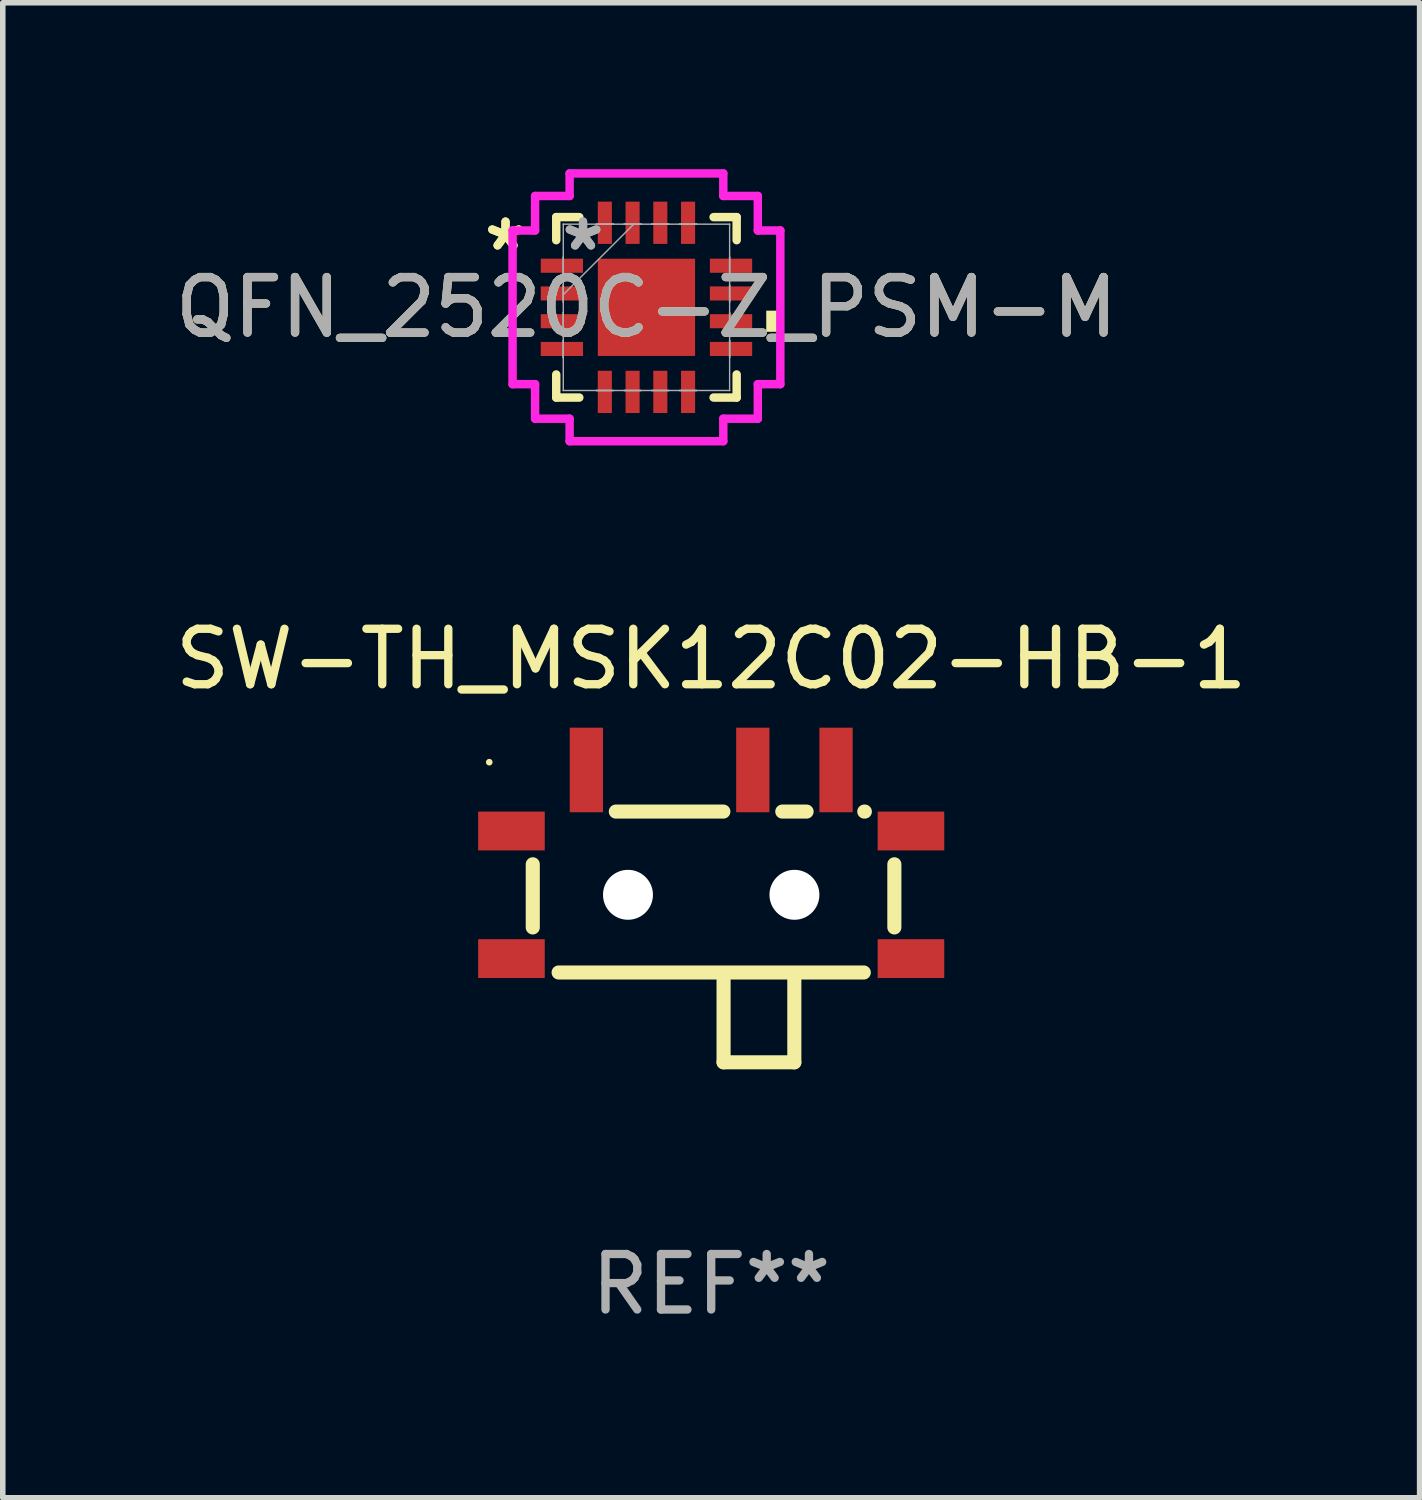
<source format=kicad_pcb>
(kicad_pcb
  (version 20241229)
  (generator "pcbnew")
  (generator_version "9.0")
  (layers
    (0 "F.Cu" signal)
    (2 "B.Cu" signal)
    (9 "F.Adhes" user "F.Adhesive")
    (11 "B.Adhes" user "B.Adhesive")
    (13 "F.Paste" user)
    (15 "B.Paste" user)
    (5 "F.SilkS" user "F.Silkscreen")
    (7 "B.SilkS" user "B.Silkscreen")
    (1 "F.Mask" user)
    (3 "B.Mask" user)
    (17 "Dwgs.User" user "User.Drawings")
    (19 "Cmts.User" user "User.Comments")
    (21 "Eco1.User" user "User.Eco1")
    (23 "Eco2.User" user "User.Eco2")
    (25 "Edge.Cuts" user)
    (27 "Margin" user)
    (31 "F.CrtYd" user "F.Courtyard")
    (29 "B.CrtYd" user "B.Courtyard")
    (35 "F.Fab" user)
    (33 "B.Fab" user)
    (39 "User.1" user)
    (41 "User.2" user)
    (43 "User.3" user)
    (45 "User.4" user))
  (footprint "QFN_2520C-Z_PSM-M"
    (layer "F.Cu")
    (at 8.601 2.489)
    (property "Reference" "QFN_2520C-Z_PSM-M" (at 0 0 0) (unlocked yes) (layer "F.SilkS") (effects (font (size 1 1) (thickness 0.15))))
    (attr smd)
    (fp_line (start -1.626 -1.626) (end -1.626 -1.21) (stroke (width 0.152) (type solid)) (layer "F.SilkS"))
    (fp_line (start -1.626 1.21) (end -1.626 1.626) (stroke (width 0.152) (type solid)) (layer "F.SilkS"))
    (fp_line (start -1.626 1.626) (end -1.21 1.626) (stroke (width 0.152) (type solid)) (layer "F.SilkS"))
    (fp_line (start -1.21 -1.626) (end -1.626 -1.626) (stroke (width 0.152) (type solid)) (layer "F.SilkS"))
    (fp_line (start 1.21 1.626) (end 1.626 1.626) (stroke (width 0.152) (type solid)) (layer "F.SilkS"))
    (fp_line (start 1.626 -1.626) (end 1.21 -1.626) (stroke (width 0.152) (type solid)) (layer "F.SilkS"))
    (fp_line (start 1.626 -1.21) (end 1.626 -1.626) (stroke (width 0.152) (type solid)) (layer "F.SilkS"))
    (fp_line (start 1.626 1.626) (end 1.626 1.21) (stroke (width 0.152) (type solid)) (layer "F.SilkS"))
    (fp_poly (pts (xy 2.413 0.06) (xy 2.413 0.441) (xy 2.159 0.441) (xy 2.159 0.06)) (stroke (width 0) (type solid)) (fill yes) (layer "F.SilkS"))
    (fp_line (start -2.413 -1.385) (end -2.007 -1.385) (stroke (width 0.152) (type solid)) (layer "F.CrtYd"))
    (fp_line (start -2.413 1.385) (end -2.413 -1.385) (stroke (width 0.152) (type solid)) (layer "F.CrtYd"))
    (fp_line (start -2.007 -2.007) (end -1.385 -2.007) (stroke (width 0.152) (type solid)) (layer "F.CrtYd"))
    (fp_line (start -2.007 -1.385) (end -2.007 -2.007) (stroke (width 0.152) (type solid)) (layer "F.CrtYd"))
    (fp_line (start -2.007 1.385) (end -2.413 1.385) (stroke (width 0.152) (type solid)) (layer "F.CrtYd"))
    (fp_line (start -2.007 2.007) (end -2.007 1.385) (stroke (width 0.152) (type solid)) (layer "F.CrtYd"))
    (fp_line (start -1.385 -2.413) (end 1.385 -2.413) (stroke (width 0.152) (type solid)) (layer "F.CrtYd"))
    (fp_line (start -1.385 -2.007) (end -1.385 -2.413) (stroke (width 0.152) (type solid)) (layer "F.CrtYd"))
    (fp_line (start -1.385 2.007) (end -2.007 2.007) (stroke (width 0.152) (type solid)) (layer "F.CrtYd"))
    (fp_line (start -1.385 2.413) (end -1.385 2.007) (stroke (width 0.152) (type solid)) (layer "F.CrtYd"))
    (fp_line (start 1.385 -2.413) (end 1.385 -2.007) (stroke (width 0.152) (type solid)) (layer "F.CrtYd"))
    (fp_line (start 1.385 -2.007) (end 2.007 -2.007) (stroke (width 0.152) (type solid)) (layer "F.CrtYd"))
    (fp_line (start 1.385 2.007) (end 1.385 2.413) (stroke (width 0.152) (type solid)) (layer "F.CrtYd"))
    (fp_line (start 1.385 2.413) (end -1.385 2.413) (stroke (width 0.152) (type solid)) (layer "F.CrtYd"))
    (fp_line (start 2.007 -2.007) (end 2.007 -1.385) (stroke (width 0.152) (type solid)) (layer "F.CrtYd"))
    (fp_line (start 2.007 -1.385) (end 2.413 -1.385) (stroke (width 0.152) (type solid)) (layer "F.CrtYd"))
    (fp_line (start 2.007 1.385) (end 2.007 2.007) (stroke (width 0.152) (type solid)) (layer "F.CrtYd"))
    (fp_line (start 2.007 2.007) (end 1.385 2.007) (stroke (width 0.152) (type solid)) (layer "F.CrtYd"))
    (fp_line (start 2.413 -1.385) (end 2.413 1.385) (stroke (width 0.152) (type solid)) (layer "F.CrtYd"))
    (fp_line (start 2.413 1.385) (end 2.007 1.385) (stroke (width 0.152) (type solid)) (layer "F.CrtYd"))
    (fp_line (start -1.499 -1.499) (end -1.499 -1.499) (stroke (width 0.025) (type solid)) (layer "F.Fab"))
    (fp_line (start -1.499 -1.499) (end -1.499 1.499) (stroke (width 0.025) (type solid)) (layer "F.Fab"))
    (fp_line (start -1.499 -0.903) (end -1.499 -0.903) (stroke (width 0.025) (type solid)) (layer "F.Fab"))
    (fp_line (start -1.499 -0.903) (end -1.499 -0.598) (stroke (width 0.025) (type solid)) (layer "F.Fab"))
    (fp_line (start -1.499 -0.598) (end -1.499 -0.903) (stroke (width 0.025) (type solid)) (layer "F.Fab"))
    (fp_line (start -1.499 -0.598) (end -1.499 -0.598) (stroke (width 0.025) (type solid)) (layer "F.Fab"))
    (fp_line (start -1.499 -0.402) (end -1.499 -0.402) (stroke (width 0.025) (type solid)) (layer "F.Fab"))
    (fp_line (start -1.499 -0.402) (end -1.499 -0.098) (stroke (width 0.025) (type solid)) (layer "F.Fab"))
    (fp_line (start -1.499 -0.229) (end -0.229 -1.499) (stroke (width 0.025) (type solid)) (layer "F.Fab"))
    (fp_line (start -1.499 -0.098) (end -1.499 -0.402) (stroke (width 0.025) (type solid)) (layer "F.Fab"))
    (fp_line (start -1.499 -0.098) (end -1.499 -0.098) (stroke (width 0.025) (type solid)) (layer "F.Fab"))
    (fp_line (start -1.499 0.098) (end -1.499 0.098) (stroke (width 0.025) (type solid)) (layer "F.Fab"))
    (fp_line (start -1.499 0.098) (end -1.499 0.402) (stroke (width 0.025) (type solid)) (layer "F.Fab"))
    (fp_line (start -1.499 0.402) (end -1.499 0.098) (stroke (width 0.025) (type solid)) (layer "F.Fab"))
    (fp_line (start -1.499 0.402) (end -1.499 0.402) (stroke (width 0.025) (type solid)) (layer "F.Fab"))
    (fp_line (start -1.499 0.598) (end -1.499 0.598) (stroke (width 0.025) (type solid)) (layer "F.Fab"))
    (fp_line (start -1.499 0.598) (end -1.499 0.903) (stroke (width 0.025) (type solid)) (layer "F.Fab"))
    (fp_line (start -1.499 0.903) (end -1.499 0.598) (stroke (width 0.025) (type solid)) (layer "F.Fab"))
    (fp_line (start -1.499 0.903) (end -1.499 0.903) (stroke (width 0.025) (type solid)) (layer "F.Fab"))
    (fp_line (start -1.499 1.499) (end -1.499 1.499) (stroke (width 0.025) (type solid)) (layer "F.Fab"))
    (fp_line (start -1.499 1.499) (end 1.499 1.499) (stroke (width 0.025) (type solid)) (layer "F.Fab"))
    (fp_line (start -0.903 -1.499) (end -0.903 -1.499) (stroke (width 0.025) (type solid)) (layer "F.Fab"))
    (fp_line (start -0.903 -1.499) (end -0.598 -1.499) (stroke (width 0.025) (type solid)) (layer "F.Fab"))
    (fp_line (start -0.903 1.499) (end -0.903 1.499) (stroke (width 0.025) (type solid)) (layer "F.Fab"))
    (fp_line (start -0.903 1.499) (end -0.598 1.499) (stroke (width 0.025) (type solid)) (layer "F.Fab"))
    (fp_line (start -0.598 -1.499) (end -0.903 -1.499) (stroke (width 0.025) (type solid)) (layer "F.Fab"))
    (fp_line (start -0.598 -1.499) (end -0.598 -1.499) (stroke (width 0.025) (type solid)) (layer "F.Fab"))
    (fp_line (start -0.598 1.499) (end -0.903 1.499) (stroke (width 0.025) (type solid)) (layer "F.Fab"))
    (fp_line (start -0.598 1.499) (end -0.598 1.499) (stroke (width 0.025) (type solid)) (layer "F.Fab"))
    (fp_line (start -0.402 -1.499) (end -0.402 -1.499) (stroke (width 0.025) (type solid)) (layer "F.Fab"))
    (fp_line (start -0.402 -1.499) (end -0.098 -1.499) (stroke (width 0.025) (type solid)) (layer "F.Fab"))
    (fp_line (start -0.402 1.499) (end -0.402 1.499) (stroke (width 0.025) (type solid)) (layer "F.Fab"))
    (fp_line (start -0.402 1.499) (end -0.098 1.499) (stroke (width 0.025) (type solid)) (layer "F.Fab"))
    (fp_line (start -0.098 -1.499) (end -0.402 -1.499) (stroke (width 0.025) (type solid)) (layer "F.Fab"))
    (fp_line (start -0.098 -1.499) (end -0.098 -1.499) (stroke (width 0.025) (type solid)) (layer "F.Fab"))
    (fp_line (start -0.098 1.499) (end -0.402 1.499) (stroke (width 0.025) (type solid)) (layer "F.Fab"))
    (fp_line (start -0.098 1.499) (end -0.098 1.499) (stroke (width 0.025) (type solid)) (layer "F.Fab"))
    (fp_line (start 0.098 -1.499) (end 0.098 -1.499) (stroke (width 0.025) (type solid)) (layer "F.Fab"))
    (fp_line (start 0.098 -1.499) (end 0.402 -1.499) (stroke (width 0.025) (type solid)) (layer "F.Fab"))
    (fp_line (start 0.098 1.499) (end 0.098 1.499) (stroke (width 0.025) (type solid)) (layer "F.Fab"))
    (fp_line (start 0.098 1.499) (end 0.402 1.499) (stroke (width 0.025) (type solid)) (layer "F.Fab"))
    (fp_line (start 0.402 -1.499) (end 0.098 -1.499) (stroke (width 0.025) (type solid)) (layer "F.Fab"))
    (fp_line (start 0.402 -1.499) (end 0.402 -1.499) (stroke (width 0.025) (type solid)) (layer "F.Fab"))
    (fp_line (start 0.402 1.499) (end 0.098 1.499) (stroke (width 0.025) (type solid)) (layer "F.Fab"))
    (fp_line (start 0.402 1.499) (end 0.402 1.499) (stroke (width 0.025) (type solid)) (layer "F.Fab"))
    (fp_line (start 0.598 -1.499) (end 0.598 -1.499) (stroke (width 0.025) (type solid)) (layer "F.Fab"))
    (fp_line (start 0.598 -1.499) (end 0.903 -1.499) (stroke (width 0.025) (type solid)) (layer "F.Fab"))
    (fp_line (start 0.598 1.499) (end 0.598 1.499) (stroke (width 0.025) (type solid)) (layer "F.Fab"))
    (fp_line (start 0.598 1.499) (end 0.903 1.499) (stroke (width 0.025) (type solid)) (layer "F.Fab"))
    (fp_line (start 0.903 -1.499) (end 0.598 -1.499) (stroke (width 0.025) (type solid)) (layer "F.Fab"))
    (fp_line (start 0.903 -1.499) (end 0.903 -1.499) (stroke (width 0.025) (type solid)) (layer "F.Fab"))
    (fp_line (start 0.903 1.499) (end 0.598 1.499) (stroke (width 0.025) (type solid)) (layer "F.Fab"))
    (fp_line (start 0.903 1.499) (end 0.903 1.499) (stroke (width 0.025) (type solid)) (layer "F.Fab"))
    (fp_line (start 1.499 -1.499) (end -1.499 -1.499) (stroke (width 0.025) (type solid)) (layer "F.Fab"))
    (fp_line (start 1.499 -1.499) (end 1.499 -1.499) (stroke (width 0.025) (type solid)) (layer "F.Fab"))
    (fp_line (start 1.499 -0.903) (end 1.499 -0.903) (stroke (width 0.025) (type solid)) (layer "F.Fab"))
    (fp_line (start 1.499 -0.903) (end 1.499 -0.598) (stroke (width 0.025) (type solid)) (layer "F.Fab"))
    (fp_line (start 1.499 -0.598) (end 1.499 -0.903) (stroke (width 0.025) (type solid)) (layer "F.Fab"))
    (fp_line (start 1.499 -0.598) (end 1.499 -0.598) (stroke (width 0.025) (type solid)) (layer "F.Fab"))
    (fp_line (start 1.499 -0.402) (end 1.499 -0.402) (stroke (width 0.025) (type solid)) (layer "F.Fab"))
    (fp_line (start 1.499 -0.402) (end 1.499 -0.098) (stroke (width 0.025) (type solid)) (layer "F.Fab"))
    (fp_line (start 1.499 -0.098) (end 1.499 -0.402) (stroke (width 0.025) (type solid)) (layer "F.Fab"))
    (fp_line (start 1.499 -0.098) (end 1.499 -0.098) (stroke (width 0.025) (type solid)) (layer "F.Fab"))
    (fp_line (start 1.499 0.098) (end 1.499 0.098) (stroke (width 0.025) (type solid)) (layer "F.Fab"))
    (fp_line (start 1.499 0.098) (end 1.499 0.402) (stroke (width 0.025) (type solid)) (layer "F.Fab"))
    (fp_line (start 1.499 0.402) (end 1.499 0.098) (stroke (width 0.025) (type solid)) (layer "F.Fab"))
    (fp_line (start 1.499 0.402) (end 1.499 0.402) (stroke (width 0.025) (type solid)) (layer "F.Fab"))
    (fp_line (start 1.499 0.598) (end 1.499 0.598) (stroke (width 0.025) (type solid)) (layer "F.Fab"))
    (fp_line (start 1.499 0.598) (end 1.499 0.903) (stroke (width 0.025) (type solid)) (layer "F.Fab"))
    (fp_line (start 1.499 0.903) (end 1.499 0.598) (stroke (width 0.025) (type solid)) (layer "F.Fab"))
    (fp_line (start 1.499 0.903) (end 1.499 0.903) (stroke (width 0.025) (type solid)) (layer "F.Fab"))
    (fp_line (start 1.499 1.499) (end 1.499 -1.499) (stroke (width 0.025) (type solid)) (layer "F.Fab"))
    (fp_line (start 1.499 1.499) (end 1.499 1.499) (stroke (width 0.025) (type solid)) (layer "F.Fab"))
    (fp_text user "*" (at -2.54 -1 0) (unlocked yes) (layer "F.SilkS") (effects (font (size 1 1) (thickness 0.15))))
    (fp_text user "*" (at -2.54 -1 0) (layer "F.SilkS") (effects (font (size 1 1) (thickness 0.15))))
    (fp_text user "*" (at -1.143 -1 0) (unlocked yes) (layer "F.Fab") (effects (font (size 1 1) (thickness 0.15))))
    (fp_text user "${REFERENCE}" (at 0 0 0) (unlocked yes) (layer "F.Fab") (effects (font (size 1 1) (thickness 0.15))))
    (fp_text user "*" (at -1.143 -1 0) (layer "F.Fab") (effects (font (size 1 1) (thickness 0.15))))
    (pad "1" smd rect (at -1.524 -0.75 90) (size 0.254 0.762) (layers "F.Cu" "F.Mask" "F.Paste"))
    (pad "2" smd rect (at -1.524 -0.25 90) (size 0.254 0.762) (layers "F.Cu" "F.Mask" "F.Paste"))
    (pad "3" smd rect (at -1.524 0.25 90) (size 0.254 0.762) (layers "F.Cu" "F.Mask" "F.Paste"))
    (pad "4" smd rect (at -1.524 0.75 90) (size 0.254 0.762) (layers "F.Cu" "F.Mask" "F.Paste"))
    (pad "5" smd rect (at -0.75 1.524) (size 0.254 0.762) (layers "F.Cu" "F.Mask" "F.Paste"))
    (pad "6" smd rect (at -0.25 1.524) (size 0.254 0.762) (layers "F.Cu" "F.Mask" "F.Paste"))
    (pad "7" smd rect (at 0.25 1.524) (size 0.254 0.762) (layers "F.Cu" "F.Mask" "F.Paste"))
    (pad "8" smd rect (at 0.75 1.524) (size 0.254 0.762) (layers "F.Cu" "F.Mask" "F.Paste"))
    (pad "9" smd rect (at 1.524 0.75 90) (size 0.254 0.762) (layers "F.Cu" "F.Mask" "F.Paste"))
    (pad "10" smd rect (at 1.524 0.25 90) (size 0.254 0.762) (layers "F.Cu" "F.Mask" "F.Paste"))
    (pad "11" smd rect (at 1.524 -0.25 90) (size 0.254 0.762) (layers "F.Cu" "F.Mask" "F.Paste"))
    (pad "12" smd rect (at 1.524 -0.75 90) (size 0.254 0.762) (layers "F.Cu" "F.Mask" "F.Paste"))
    (pad "13" smd rect (at 0.75 -1.524) (size 0.254 0.762) (layers "F.Cu" "F.Mask" "F.Paste"))
    (pad "14" smd rect (at 0.25 -1.524) (size 0.254 0.762) (layers "F.Cu" "F.Mask" "F.Paste"))
    (pad "15" smd rect (at -0.25 -1.524) (size 0.254 0.762) (layers "F.Cu" "F.Mask" "F.Paste"))
    (pad "16" smd rect (at -0.75 -1.524) (size 0.254 0.762) (layers "F.Cu" "F.Mask" "F.Paste"))
    (pad "17" smd rect (at 0 0) (size 1.753 1.753) (layers "F.Cu" "F.Mask" "F.Paste")))
  (footprint "SW-TH_MSK12C02-HB-1"
    (layer "F.Cu")
    (at 9.768 12.527)
    (property "Reference" "SW-TH_MSK12C02-HB-1" (at 0 -3.7 0) (layer "F.SilkS") (effects (font (size 1 1) (thickness 0.15))))
    (attr through_hole)
    (fp_line (start -3.216 1.138) (end -3.216 0.000076) (stroke (width 0.254) (type solid)) (layer "F.SilkS"))
    (fp_line (start -2.75 1.95) (end 2.75 1.95) (stroke (width 0.254) (type solid)) (layer "F.SilkS"))
    (fp_line (start 0.219 -0.95) (end -1.719 -0.95) (stroke (width 0.254) (type solid)) (layer "F.SilkS"))
    (fp_line (start 0.223 1.969) (end 0.223 3.569) (stroke (width 0.254) (type solid)) (layer "F.SilkS"))
    (fp_line (start 0.223 3.569) (end 1.498 3.569) (stroke (width 0.254) (type solid)) (layer "F.SilkS"))
    (fp_line (start 1.498 3.569) (end 1.498 1.969) (stroke (width 0.254) (type solid)) (layer "F.SilkS"))
    (fp_line (start 1.719 -0.95) (end 1.281 -0.95) (stroke (width 0.254) (type solid)) (layer "F.SilkS"))
    (fp_line (start 2.769 -0.95) (end 2.759 -0.95) (stroke (width 0.254) (type solid)) (layer "F.SilkS"))
    (fp_line (start 3.301 0.000076) (end 3.301 1.138) (stroke (width 0.254) (type solid)) (layer "F.SilkS"))
    (fp_circle (center -4 -1.84) (end -3.97 -1.84) (stroke (width 0.06) (type solid)) (fill no) (layer "F.SilkS"))
    (fp_circle (center -1.5 0.55) (end -1.325 0.55) (stroke (width 0.35) (type solid)) (fill no) (layer "F.Fab"))
    (fp_circle (center 1.5 0.55) (end 1.675 0.55) (stroke (width 0.35) (type solid)) (fill no) (layer "F.Fab"))
    (fp_text user "REF**" (at 0 7.569 0) (layer "F.Fab") (effects (font (size 1 1) (thickness 0.15))))
    (pad "" np_thru_hole circle (at -1.5 0.55) (size 0.9 0.9) (drill 0.9) (layers "*.Cu" "*.Mask"))
    (pad "" np_thru_hole circle (at 1.5 0.55) (size 0.9 0.9) (drill 0.9) (layers "*.Cu" "*.Mask"))
    (pad "1" smd rect (at -2.25 -1.7 90) (size 1.524 0.6) (layers "F.Cu" "F.Mask" "F.Paste"))
    (pad "2" smd rect (at 0.75 -1.7 90) (size 1.524 0.6) (layers "F.Cu" "F.Mask" "F.Paste"))
    (pad "3" smd rect (at 2.25 -1.7 90) (size 1.524 0.6) (layers "F.Cu" "F.Mask" "F.Paste"))
    (pad "4" smd rect (at -3.6 -0.6 180) (size 1.2 0.7) (layers "F.Cu" "F.Mask" "F.Paste"))
    (pad "4" smd rect (at -3.6 1.7 180) (size 1.2 0.7) (layers "F.Cu" "F.Mask" "F.Paste"))
    (pad "4" smd rect (at 3.6 -0.6 180) (size 1.2 0.7) (layers "F.Cu" "F.Mask" "F.Paste"))
    (pad "4" smd rect (at 3.6 1.7 180) (size 1.2 0.7) (layers "F.Cu" "F.Mask" "F.Paste")))
  (gr_rect
    (start -3 -3)
    (end 22.536 23.944)
    (stroke (width 0.1) (type default))
    (fill no)
    (layer "Edge.Cuts")))
</source>
